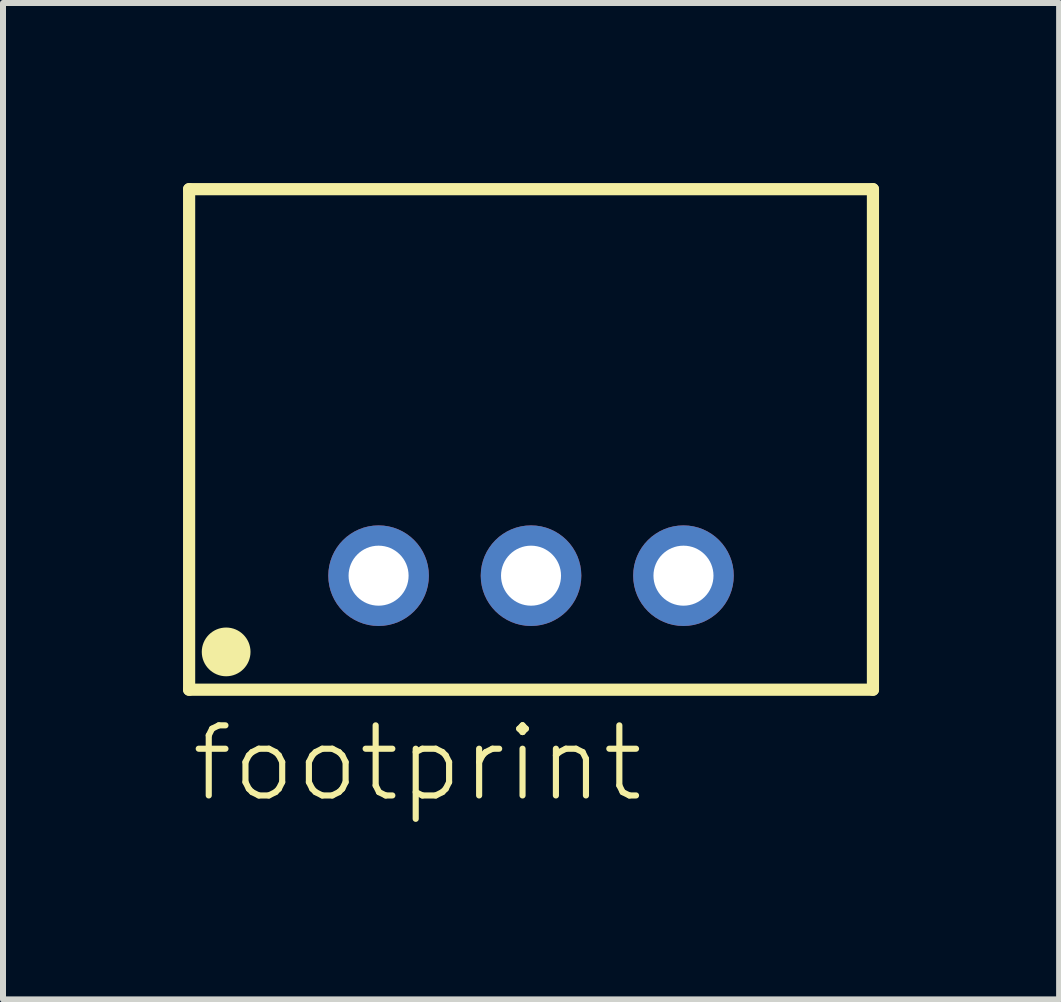
<source format=kicad_pcb>
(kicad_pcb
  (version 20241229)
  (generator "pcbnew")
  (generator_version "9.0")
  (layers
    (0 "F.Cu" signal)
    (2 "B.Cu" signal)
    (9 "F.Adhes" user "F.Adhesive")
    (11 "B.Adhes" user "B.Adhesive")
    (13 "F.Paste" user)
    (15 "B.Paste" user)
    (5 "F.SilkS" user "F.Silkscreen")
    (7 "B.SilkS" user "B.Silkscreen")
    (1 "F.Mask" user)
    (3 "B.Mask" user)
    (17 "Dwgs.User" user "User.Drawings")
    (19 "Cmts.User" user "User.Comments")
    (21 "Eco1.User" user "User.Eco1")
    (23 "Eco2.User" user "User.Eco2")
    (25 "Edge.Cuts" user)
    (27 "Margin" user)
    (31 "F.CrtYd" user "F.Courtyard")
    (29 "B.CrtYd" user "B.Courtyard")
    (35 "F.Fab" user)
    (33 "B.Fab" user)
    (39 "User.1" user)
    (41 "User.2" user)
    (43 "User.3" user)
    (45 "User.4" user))
  (footprint "footprint"
    (layer "F.Cu")
    (at 5.798 6.542)
    (property "Reference" "footprint" (at -5.715 3.81 0) (layer "F.SilkS") (effects (font (size 1.168 1.168) (thickness 0.102)) (justify left bottom)))
    (fp_line (start -5.697 -6.44) (end -5.697 1.9) (stroke (width 0.203) (type solid)) (layer "F.SilkS"))
    (fp_line (start -5.697 1.9) (end 5.697 1.9) (stroke (width 0.203) (type solid)) (layer "F.SilkS"))
    (fp_line (start 5.697 -6.44) (end -5.697 -6.44) (stroke (width 0.203) (type solid)) (layer "F.SilkS"))
    (fp_line (start 5.697 1.9) (end 5.697 -6.44) (stroke (width 0.203) (type solid)) (layer "F.SilkS"))
    (fp_circle (center -5.08 1.27) (end -4.877 1.27) (stroke (width 0.406) (type solid)) (fill yes) (layer "F.SilkS"))
    (pad "1" thru_hole circle (at -2.54 0) (size 1.676 1.676) (drill 1) (layers "*.Cu" "*.Mask"))
    (pad "2" thru_hole circle (at 0 0) (size 1.676 1.676) (drill 1) (layers "*.Cu" "*.Mask"))
    (pad "3" thru_hole circle (at 2.54 0) (size 1.676 1.676) (drill 1) (layers "*.Cu" "*.Mask")))
  (gr_rect
    (start -3 -3)
    (end 14.597 13.602)
    (stroke (width 0.1) (type default))
    (fill no)
    (layer "Edge.Cuts")))
</source>
